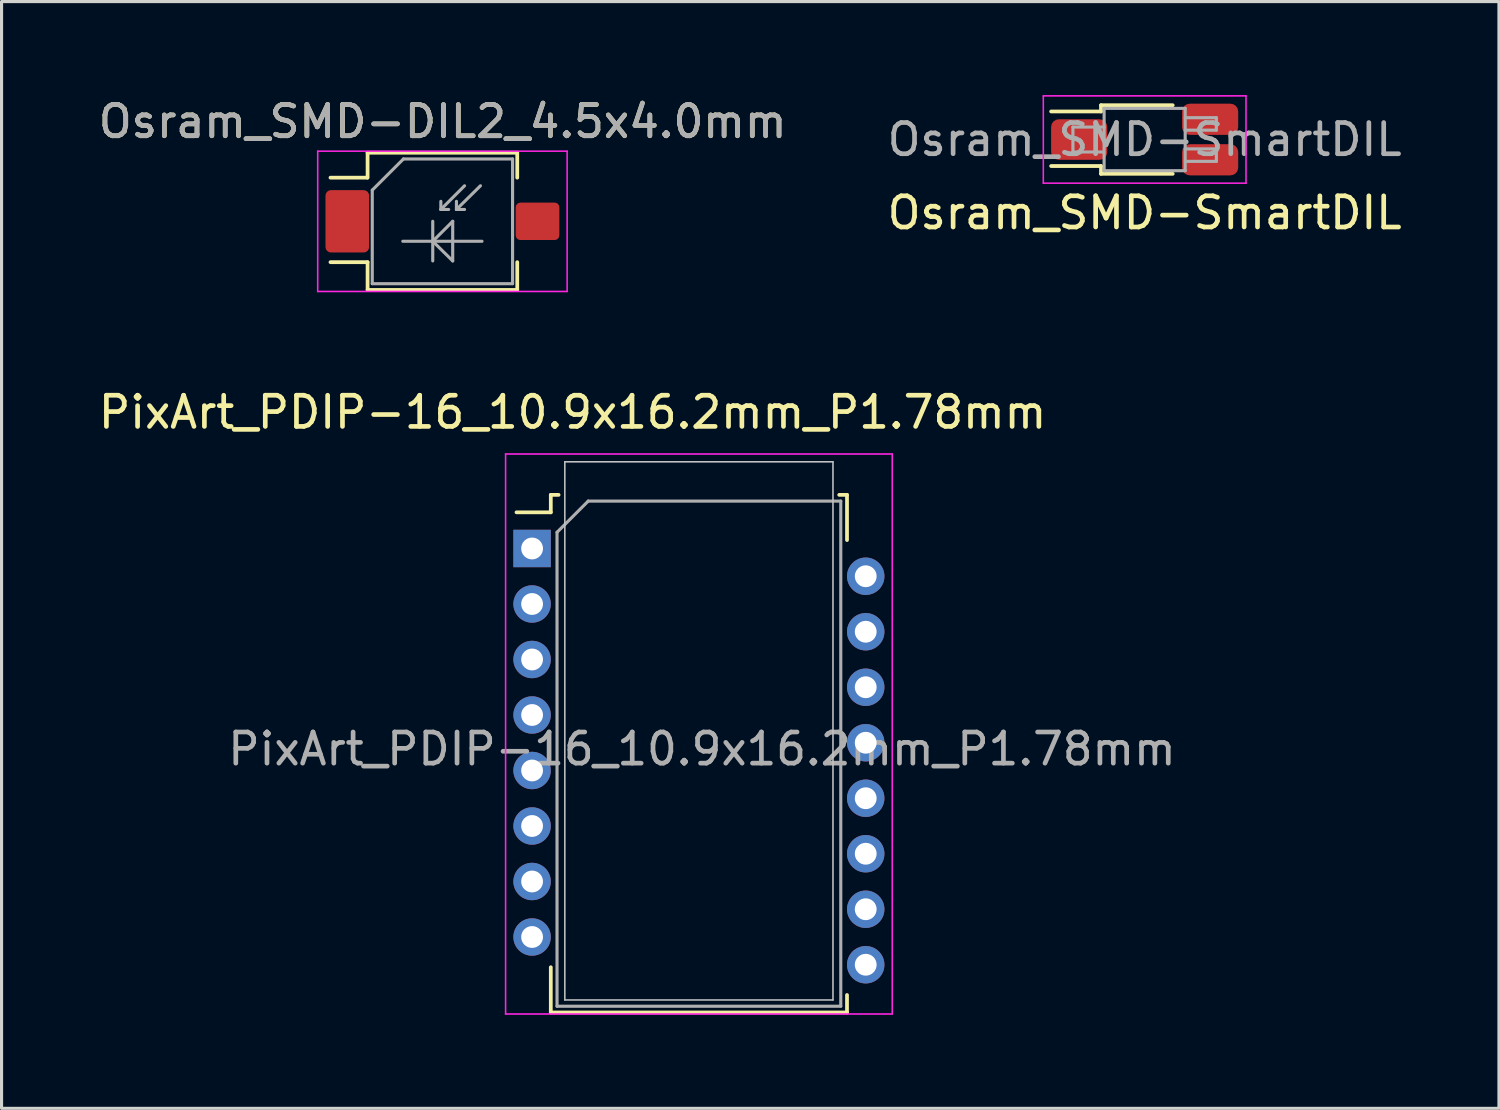
<source format=kicad_pcb>
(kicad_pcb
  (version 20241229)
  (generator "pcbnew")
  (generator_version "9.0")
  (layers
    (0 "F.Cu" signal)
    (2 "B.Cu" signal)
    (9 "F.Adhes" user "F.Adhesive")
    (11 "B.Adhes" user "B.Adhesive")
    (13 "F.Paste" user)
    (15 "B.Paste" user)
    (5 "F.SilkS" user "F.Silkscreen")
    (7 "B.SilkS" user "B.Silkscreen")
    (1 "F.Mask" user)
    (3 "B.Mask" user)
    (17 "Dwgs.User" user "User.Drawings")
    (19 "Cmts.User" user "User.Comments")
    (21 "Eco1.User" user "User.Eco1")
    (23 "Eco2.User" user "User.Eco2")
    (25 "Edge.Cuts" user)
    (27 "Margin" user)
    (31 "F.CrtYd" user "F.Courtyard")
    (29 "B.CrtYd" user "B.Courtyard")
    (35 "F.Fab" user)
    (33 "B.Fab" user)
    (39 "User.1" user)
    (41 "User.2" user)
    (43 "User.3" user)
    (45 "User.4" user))
  (footprint "Osram_SMD-SmartDIL"
    (layer "F.Cu")
    (at 33.661 1.425)
    (property "Reference" "Osram_SMD-SmartDIL" (at 0 2.35 0) (layer "F.SilkS") (effects (font (size 1 1) (thickness 0.15))))
    (attr smd)
    (fp_line (start -1.4 -1.1) (end -1.4 -0.9) (stroke (width 0.12) (type solid)) (layer "F.SilkS"))
    (fp_line (start -1.4 -1.1) (end 0.9 -1.1) (stroke (width 0.12) (type solid)) (layer "F.SilkS"))
    (fp_line (start -1.4 -0.9) (end -3 -0.9) (stroke (width 0.12) (type solid)) (layer "F.SilkS"))
    (fp_line (start -1.4 0.85) (end -3 0.85) (stroke (width 0.12) (type solid)) (layer "F.SilkS"))
    (fp_line (start -1.4 1.1) (end -1.4 0.85) (stroke (width 0.12) (type solid)) (layer "F.SilkS"))
    (fp_line (start 0.9 1.1) (end -1.4 1.1) (stroke (width 0.12) (type solid)) (layer "F.SilkS"))
    (fp_line (start -3.25 -1.4) (end -3.25 1.4) (stroke (width 0.05) (type solid)) (layer "F.CrtYd"))
    (fp_line (start -3.25 -1.4) (end 3.25 -1.4) (stroke (width 0.05) (type solid)) (layer "F.CrtYd"))
    (fp_line (start 3.25 1.4) (end -3.25 1.4) (stroke (width 0.05) (type solid)) (layer "F.CrtYd"))
    (fp_line (start 3.25 1.4) (end 3.25 -1.4) (stroke (width 0.05) (type solid)) (layer "F.CrtYd"))
    (fp_line (start -2.3 -0.4) (end -2.3 0.4) (stroke (width 0.1) (type solid)) (layer "F.Fab"))
    (fp_line (start -2.3 0.4) (end -1.35 0.4) (stroke (width 0.1) (type solid)) (layer "F.Fab"))
    (fp_line (start -1.3 -1) (end -1.3 1) (stroke (width 0.1) (type solid)) (layer "F.Fab"))
    (fp_line (start -1.3 -0.4) (end -2.3 -0.4) (stroke (width 0.1) (type solid)) (layer "F.Fab"))
    (fp_line (start -1.3 1) (end 1.3 1) (stroke (width 0.1) (type solid)) (layer "F.Fab"))
    (fp_line (start 1.3 -1) (end -1.3 -1) (stroke (width 0.1) (type solid)) (layer "F.Fab"))
    (fp_line (start 1.3 -0.7) (end 2.3 -0.7) (stroke (width 0.1) (type solid)) (layer "F.Fab"))
    (fp_line (start 1.3 0.3) (end 2.3 0.3) (stroke (width 0.1) (type solid)) (layer "F.Fab"))
    (fp_line (start 1.3 1) (end 1.3 -1) (stroke (width 0.1) (type solid)) (layer "F.Fab"))
    (fp_line (start 2.3 -0.7) (end 2.3 -0.3) (stroke (width 0.1) (type solid)) (layer "F.Fab"))
    (fp_line (start 2.3 -0.3) (end 1.3 -0.3) (stroke (width 0.1) (type solid)) (layer "F.Fab"))
    (fp_line (start 2.3 0.3) (end 2.3 0.7) (stroke (width 0.1) (type solid)) (layer "F.Fab"))
    (fp_line (start 2.3 0.7) (end 1.3 0.7) (stroke (width 0.1) (type solid)) (layer "F.Fab"))
    (fp_text user "${REFERENCE}" (at 0 0 0) (layer "F.Fab") (effects (font (size 1 1) (thickness 0.15))))
    (pad "1" smd roundrect (at -2.1 0 180) (size 1.8 1.3) (layers "F.Cu" "F.Mask" "F.Paste") (roundrect_rratio 0.19))
    (pad "2" smd roundrect (at 2.1 -0.65 180) (size 1.8 1) (layers "F.Cu" "F.Mask" "F.Paste") (roundrect_rratio 0.25))
    (pad "3" smd roundrect (at 2.1 0.65 180) (size 1.8 1) (layers "F.Cu" "F.Mask" "F.Paste") (roundrect_rratio 0.25)))
  (footprint "PixArt_PDIP-16_10.9x16.2mm_P1.78mm"
    (layer "F.Cu")
    (at 14.015 14.541)
    (property "Reference" "PixArt_PDIP-16_10.9x16.2mm_P1.78mm" (at 1.3 -4.37 0) (layer "F.SilkS") (effects (font (size 1 1) (thickness 0.15))))
    (attr through_hole)
    (fp_line (start 0.6 -1.16) (end -0.5 -1.16) (stroke (width 0.12) (type solid)) (layer "F.SilkS"))
    (fp_line (start 0.6 -1.16) (end 0.6 -1.72) (stroke (width 0.12) (type solid)) (layer "F.SilkS"))
    (fp_line (start 0.6 13.43) (end 0.6 14.88) (stroke (width 0.12) (type solid)) (layer "F.SilkS"))
    (fp_line (start 0.6 14.88) (end 10.1 14.88) (stroke (width 0.12) (type solid)) (layer "F.SilkS"))
    (fp_line (start 0.85 -1.72) (end 0.6 -1.72) (stroke (width 0.12) (type solid)) (layer "F.SilkS"))
    (fp_line (start 10.1 -1.72) (end 9.85 -1.72) (stroke (width 0.12) (type solid)) (layer "F.SilkS"))
    (fp_line (start 10.1 -1.72) (end 10.1 -0.27) (stroke (width 0.12) (type solid)) (layer "F.SilkS"))
    (fp_line (start 10.1 14.88) (end 10.1 14.32) (stroke (width 0.12) (type solid)) (layer "F.SilkS"))
    (fp_line (start 1.05 -2.78) (end 1.05 14.48) (stroke (width 0.05) (type solid)) (layer "Dwgs.User"))
    (fp_line (start 9.65 -2.78) (end 1.05 -2.78) (stroke (width 0.05) (type solid)) (layer "Dwgs.User"))
    (fp_line (start 9.65 -2.78) (end 9.65 14.48) (stroke (width 0.05) (type solid)) (layer "Dwgs.User"))
    (fp_line (start 9.65 14.48) (end 1.05 14.48) (stroke (width 0.05) (type solid)) (layer "Dwgs.User"))
    (fp_line (start -0.85 -3.03) (end 11.55 -3.03) (stroke (width 0.05) (type solid)) (layer "F.CrtYd"))
    (fp_line (start -0.85 14.93) (end -0.85 -3.03) (stroke (width 0.05) (type solid)) (layer "F.CrtYd"))
    (fp_line (start 11.55 -3.03) (end 11.55 14.93) (stroke (width 0.05) (type solid)) (layer "F.CrtYd"))
    (fp_line (start 11.55 14.93) (end -0.85 14.93) (stroke (width 0.05) (type solid)) (layer "F.CrtYd"))
    (fp_line (start 0.8 -0.52) (end 0.8 14.68) (stroke (width 0.1) (type solid)) (layer "F.Fab"))
    (fp_line (start 0.8 -0.52) (end 1.8 -1.52) (stroke (width 0.1) (type solid)) (layer "F.Fab"))
    (fp_line (start 0.8 14.68) (end 9.9 14.68) (stroke (width 0.1) (type solid)) (layer "F.Fab"))
    (fp_line (start 9.9 -1.52) (end 1.8 -1.52) (stroke (width 0.1) (type solid)) (layer "F.Fab"))
    (fp_line (start 9.9 14.68) (end 9.9 -1.52) (stroke (width 0.1) (type solid)) (layer "F.Fab"))
    (fp_text user "${REFERENCE}" (at 5.45 6.43 0) (layer "F.Fab") (effects (font (size 1 1) (thickness 0.15))))
    (pad "1" thru_hole rect (at 0 0 270) (size 1.2 1.2) (drill 0.7) (layers "*.Cu" "*.Mask"))
    (pad "2" thru_hole circle (at 0 1.78 270) (size 1.2 1.2) (drill 0.7) (layers "*.Cu" "*.Mask"))
    (pad "3" thru_hole circle (at 0 3.56 270) (size 1.2 1.2) (drill 0.7) (layers "*.Cu" "*.Mask"))
    (pad "4" thru_hole circle (at 0 5.34 270) (size 1.2 1.2) (drill 0.7) (layers "*.Cu" "*.Mask"))
    (pad "5" thru_hole circle (at 0 7.12 270) (size 1.2 1.2) (drill 0.7) (layers "*.Cu" "*.Mask"))
    (pad "6" thru_hole circle (at 0 8.9 270) (size 1.2 1.2) (drill 0.7) (layers "*.Cu" "*.Mask"))
    (pad "7" thru_hole circle (at 0 10.68 270) (size 1.2 1.2) (drill 0.7) (layers "*.Cu" "*.Mask"))
    (pad "8" thru_hole circle (at 0 12.46 270) (size 1.2 1.2) (drill 0.7) (layers "*.Cu" "*.Mask"))
    (pad "9" thru_hole circle (at 10.7 13.35 270) (size 1.2 1.2) (drill 0.7) (layers "*.Cu" "*.Mask"))
    (pad "10" thru_hole circle (at 10.7 11.57 270) (size 1.2 1.2) (drill 0.7) (layers "*.Cu" "*.Mask"))
    (pad "11" thru_hole circle (at 10.7 9.79 270) (size 1.2 1.2) (drill 0.7) (layers "*.Cu" "*.Mask"))
    (pad "12" thru_hole circle (at 10.7 8.01 270) (size 1.2 1.2) (drill 0.7) (layers "*.Cu" "*.Mask"))
    (pad "13" thru_hole circle (at 10.7 6.23 270) (size 1.2 1.2) (drill 0.7) (layers "*.Cu" "*.Mask"))
    (pad "14" thru_hole circle (at 10.7 4.45 270) (size 1.2 1.2) (drill 0.7) (layers "*.Cu" "*.Mask"))
    (pad "15" thru_hole circle (at 10.7 2.67 270) (size 1.2 1.2) (drill 0.7) (layers "*.Cu" "*.Mask"))
    (pad "16" thru_hole circle (at 10.7 0.89 270) (size 1.2 1.2) (drill 0.7) (layers "*.Cu" "*.Mask")))
  (footprint "Osram_SMD-DIL2_4.5x4.0mm"
    (layer "F.Cu")
    (at 11.139 4.048)
    (property "Reference" "Osram_SMD-DIL2_4.5x4.0mm" (at 0.01 -3.2 0) (layer "F.SilkS") (effects (font (size 1 1) (thickness 0.15))))
    (attr smd)
    (fp_line (start -3.59 1.31) (end -2.4 1.31) (stroke (width 0.12) (type solid)) (layer "F.SilkS"))
    (fp_line (start -2.41 -1.4) (end -3.59 -1.4) (stroke (width 0.12) (type solid)) (layer "F.SilkS"))
    (fp_line (start -2.4 -2.2) (end -2.4 -1.4) (stroke (width 0.12) (type solid)) (layer "F.SilkS"))
    (fp_line (start -2.4 1.31) (end -2.4 2.2) (stroke (width 0.12) (type solid)) (layer "F.SilkS"))
    (fp_line (start -2.4 2.2) (end 2.4 2.2) (stroke (width 0.12) (type solid)) (layer "F.SilkS"))
    (fp_line (start 2.4 -2.2) (end -2.4 -2.2) (stroke (width 0.12) (type solid)) (layer "F.SilkS"))
    (fp_line (start 2.4 -1.4) (end 2.4 -2.2) (stroke (width 0.12) (type solid)) (layer "F.SilkS"))
    (fp_line (start 2.4 2.2) (end 2.4 1.31) (stroke (width 0.12) (type solid)) (layer "F.SilkS"))
    (fp_line (start -4 -2.25) (end -4 2.25) (stroke (width 0.05) (type solid)) (layer "F.CrtYd"))
    (fp_line (start -4 -2.25) (end 4 -2.25) (stroke (width 0.05) (type solid)) (layer "F.CrtYd"))
    (fp_line (start 4 2.25) (end -4 2.25) (stroke (width 0.05) (type solid)) (layer "F.CrtYd"))
    (fp_line (start 4 2.25) (end 4 -2.25) (stroke (width 0.05) (type solid)) (layer "F.CrtYd"))
    (fp_line (start -2.25 -1) (end -2.25 2) (stroke (width 0.1) (type solid)) (layer "F.Fab"))
    (fp_line (start -2.25 -1) (end -1.25 -2) (stroke (width 0.1) (type solid)) (layer "F.Fab"))
    (fp_line (start -1.27 0.64) (end 1.27 0.64) (stroke (width 0.1) (type solid)) (layer "F.Fab"))
    (fp_line (start -1.25 -2) (end 2.25 -2) (stroke (width 0.1) (type solid)) (layer "F.Fab"))
    (fp_line (start -0.31 0) (end -0.31 1.27) (stroke (width 0.1) (type solid)) (layer "F.Fab"))
    (fp_line (start -0.31 0.64) (end 0.33 0) (stroke (width 0.1) (type solid)) (layer "F.Fab"))
    (fp_line (start -0.05 -0.38) (end -0.05 -0.64) (stroke (width 0.1) (type solid)) (layer "F.Fab"))
    (fp_line (start -0.05 -0.38) (end 0.2 -0.38) (stroke (width 0.1) (type solid)) (layer "F.Fab"))
    (fp_line (start 0.33 0) (end 0.33 1.27) (stroke (width 0.1) (type solid)) (layer "F.Fab"))
    (fp_line (start 0.33 1.27) (end -0.31 0.64) (stroke (width 0.1) (type solid)) (layer "F.Fab"))
    (fp_line (start 0.45 -0.38) (end 0.45 -0.64) (stroke (width 0.1) (type solid)) (layer "F.Fab"))
    (fp_line (start 0.45 -0.38) (end 0.71 -0.38) (stroke (width 0.1) (type solid)) (layer "F.Fab"))
    (fp_line (start 0.71 -1.14) (end -0.05 -0.38) (stroke (width 0.1) (type solid)) (layer "F.Fab"))
    (fp_line (start 1.22 -1.14) (end 0.45 -0.38) (stroke (width 0.1) (type solid)) (layer "F.Fab"))
    (fp_line (start 2.25 -2) (end 2.25 2) (stroke (width 0.1) (type solid)) (layer "F.Fab"))
    (fp_line (start 2.25 2) (end -2.25 2) (stroke (width 0.1) (type solid)) (layer "F.Fab"))
    (fp_text user "${REFERENCE}" (at 0.01 -3.2 0) (layer "F.Fab") (effects (font (size 1 1) (thickness 0.15))))
    (pad "" smd roundrect (at -3.05 0 180) (size 1.3 1.9) (layers "F.Paste") (roundrect_rratio 0.125))
    (pad "" smd roundrect (at -3.05 0 180) (size 1.5 2.1) (layers "F.Mask") (roundrect_rratio 0.125))
    (pad "" smd roundrect (at 3.05 0 180) (size 1.3 1.1) (layers "F.Paste") (roundrect_rratio 0.125))
    (pad "" smd roundrect (at 3.05 0 180) (size 1.5 1.3) (layers "F.Mask") (roundrect_rratio 0.125))
    (pad "1" smd roundrect (at -3.05 0 180) (size 1.4 2) (layers "F.Cu" "F.Mask") (roundrect_rratio 0.125))
    (pad "2" smd roundrect (at 3.05 0 180) (size 1.4 1.2) (layers "F.Cu" "F.Mask") (roundrect_rratio 0.125)))
  (gr_rect
    (start -3 -3)
    (end 45.024 32.496)
    (stroke (width 0.1) (type default))
    (fill no)
    (layer "Edge.Cuts")))
</source>
